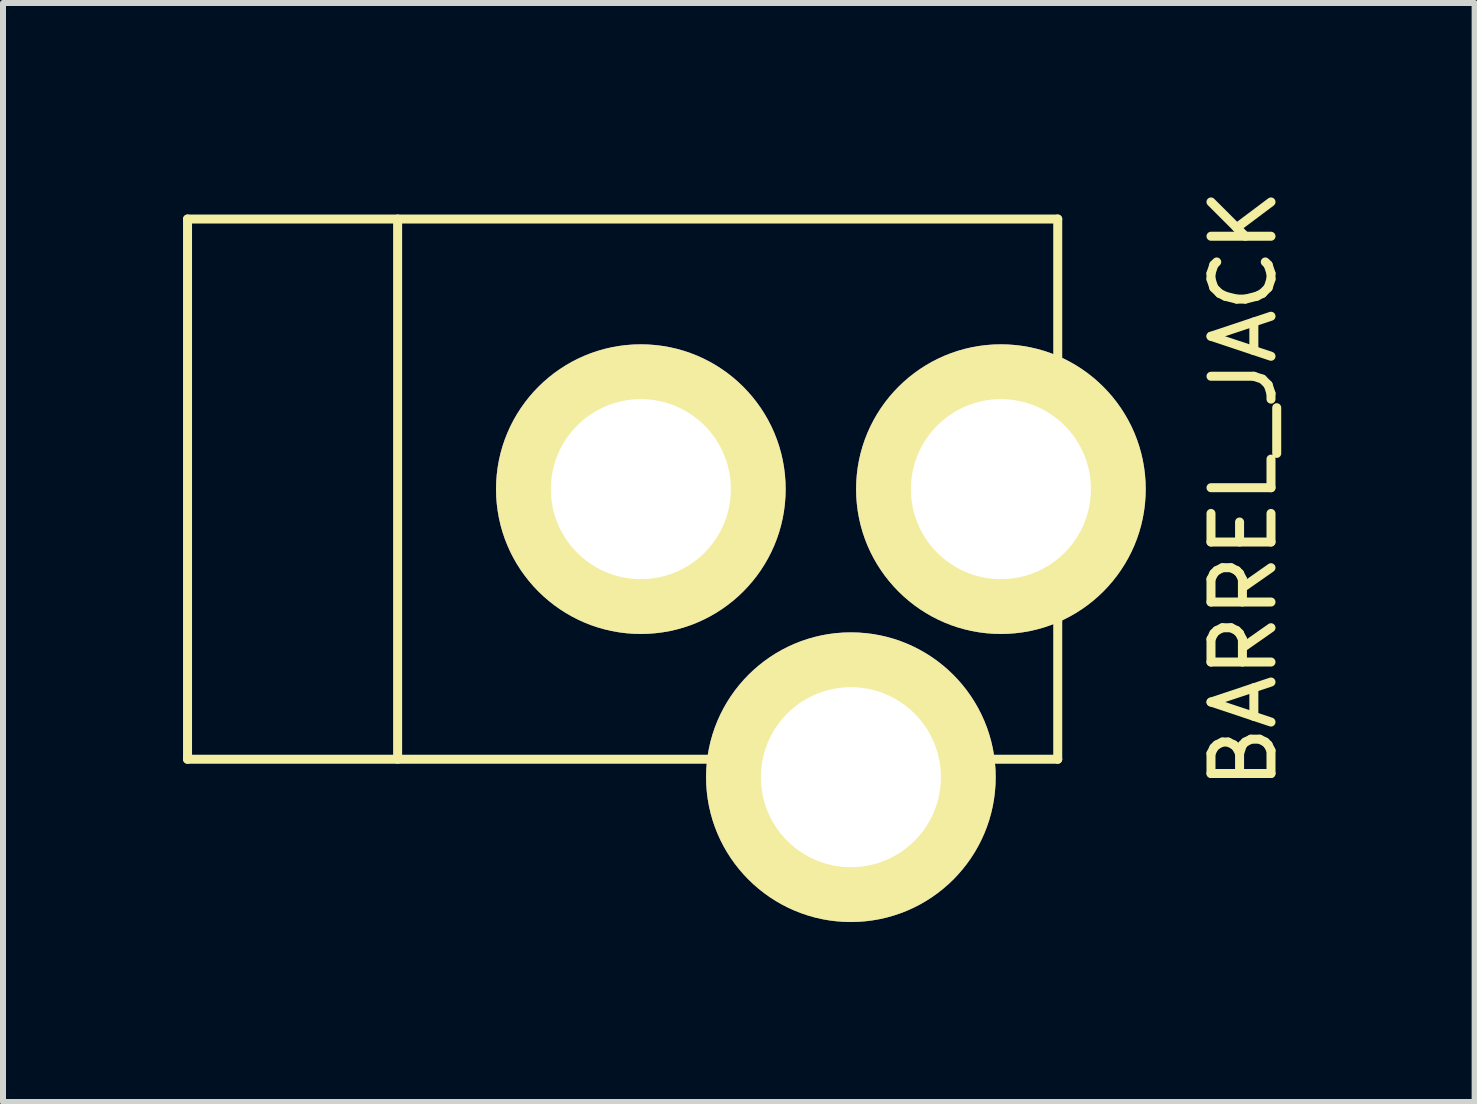
<source format=kicad_pcb>
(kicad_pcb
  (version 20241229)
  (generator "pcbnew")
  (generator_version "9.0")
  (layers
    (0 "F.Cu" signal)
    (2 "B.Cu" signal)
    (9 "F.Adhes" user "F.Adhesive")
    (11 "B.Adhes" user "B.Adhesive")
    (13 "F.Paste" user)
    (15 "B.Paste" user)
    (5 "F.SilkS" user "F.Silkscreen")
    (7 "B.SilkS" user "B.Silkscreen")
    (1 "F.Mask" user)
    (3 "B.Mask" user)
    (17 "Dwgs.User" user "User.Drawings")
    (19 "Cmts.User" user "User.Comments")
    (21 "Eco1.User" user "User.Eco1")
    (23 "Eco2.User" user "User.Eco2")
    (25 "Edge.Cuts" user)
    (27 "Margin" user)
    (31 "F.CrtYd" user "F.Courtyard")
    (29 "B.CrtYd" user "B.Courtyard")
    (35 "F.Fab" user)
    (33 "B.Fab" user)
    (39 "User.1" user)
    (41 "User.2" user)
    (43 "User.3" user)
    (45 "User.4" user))
  (footprint "BARREL_JACK"
    (layer "F.Cu")
    (at 7.576 5.101)
    (property "Reference" "BARREL_JACK" (at 10.099 0 90) (layer "F.SilkS") (effects (font (size 1 1) (thickness 0.15))))
    (attr through_hole)
    (fp_line (start -7.501 -4.501) (end -7.501 4.501) (stroke (width 0.15) (type solid)) (layer "F.SilkS"))
    (fp_line (start -7.501 4.501) (end 7 4.501) (stroke (width 0.15) (type solid)) (layer "F.SilkS"))
    (fp_line (start -4 -4.501) (end -4 4.501) (stroke (width 0.15) (type solid)) (layer "F.SilkS"))
    (fp_line (start 7 -4.501) (end -7.501 -4.501) (stroke (width 0.15) (type solid)) (layer "F.SilkS"))
    (fp_line (start 7 4.501) (end 7 -4.501) (stroke (width 0.15) (type solid)) (layer "F.SilkS"))
    (pad "1" thru_hole circle (at 6.053 0) (size 4.826 4.826) (drill 3) (layers "*.Cu" "*.Mask" "F.SilkS"))
    (pad "2" thru_hole circle (at 0.053 0) (size 4.826 4.826) (drill 3) (layers "*.Cu" "*.Mask" "F.SilkS"))
    (pad "3" thru_hole circle (at 3.553 4.8) (size 4.826 4.826) (drill 3) (layers "*.Cu" "*.Mask" "F.SilkS")))
  (gr_rect
    (start -3 -3)
    (end 21.523 15.314)
    (stroke (width 0.1) (type default))
    (fill no)
    (layer "Edge.Cuts")))
</source>
